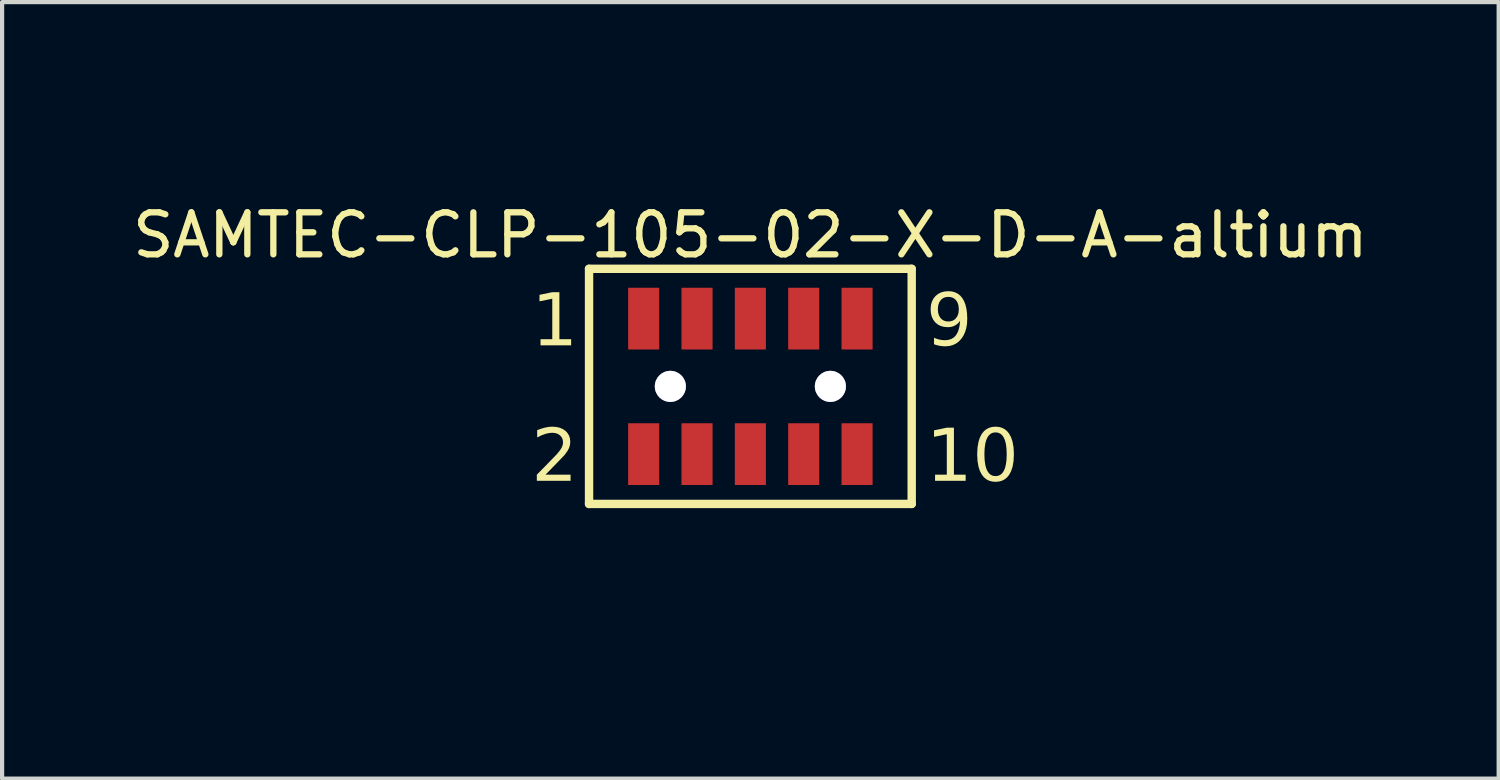
<source format=kicad_pcb>
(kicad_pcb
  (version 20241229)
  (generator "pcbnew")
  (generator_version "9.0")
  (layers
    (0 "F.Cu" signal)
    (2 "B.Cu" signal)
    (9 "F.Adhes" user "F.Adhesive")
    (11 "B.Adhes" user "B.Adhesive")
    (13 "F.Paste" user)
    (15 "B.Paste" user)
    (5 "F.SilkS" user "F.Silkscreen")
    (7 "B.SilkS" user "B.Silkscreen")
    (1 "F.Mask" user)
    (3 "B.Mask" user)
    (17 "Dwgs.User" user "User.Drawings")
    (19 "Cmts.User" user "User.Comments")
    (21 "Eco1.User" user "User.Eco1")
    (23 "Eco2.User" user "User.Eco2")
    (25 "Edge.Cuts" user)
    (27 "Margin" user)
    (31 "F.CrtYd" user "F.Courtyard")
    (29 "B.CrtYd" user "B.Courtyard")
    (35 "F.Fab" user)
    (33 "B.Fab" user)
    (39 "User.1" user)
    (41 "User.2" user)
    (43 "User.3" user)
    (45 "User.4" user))
  (footprint "SAMTEC-CLP-105-02-X-D-A-altium"
    (layer "F.Cu")
    (at 14.815 6.149)
    (property "Reference" "SAMTEC-CLP-105-02-X-D-A-altium" (at 0 -3.599 0) (layer "F.SilkS") (effects (font (size 1 1) (thickness 0.15))))
    (fp_rect (start -2.961 -0.827) (end -2.119 -2.399) (stroke (width 0) (type default)) (fill yes) (layer "F.Mask"))
    (fp_rect (start -2.961 2.399) (end -2.119 0.827) (stroke (width 0) (type default)) (fill yes) (layer "F.Mask"))
    (fp_rect (start -1.691 -0.827) (end -0.849 -2.399) (stroke (width 0) (type default)) (fill yes) (layer "F.Mask"))
    (fp_rect (start -1.691 2.399) (end -0.849 0.827) (stroke (width 0) (type default)) (fill yes) (layer "F.Mask"))
    (fp_rect (start -0.421 -0.827) (end 0.421 -2.399) (stroke (width 0) (type default)) (fill yes) (layer "F.Mask"))
    (fp_rect (start -0.421 2.399) (end 0.421 0.827) (stroke (width 0) (type default)) (fill yes) (layer "F.Mask"))
    (fp_rect (start 0.849 -0.827) (end 1.691 -2.399) (stroke (width 0) (type default)) (fill yes) (layer "F.Mask"))
    (fp_rect (start 0.849 2.399) (end 1.691 0.827) (stroke (width 0) (type default)) (fill yes) (layer "F.Mask"))
    (fp_rect (start 2.119 -0.827) (end 2.961 -2.399) (stroke (width 0) (type default)) (fill yes) (layer "F.Mask"))
    (fp_rect (start 2.119 2.399) (end 2.961 0.827) (stroke (width 0) (type default)) (fill yes) (layer "F.Mask"))
    (fp_circle (center -1.905 0) (end -1.905 -0.421) (stroke (width 0.1) (type solid)) (fill no) (layer "F.Mask"))
    (fp_circle (center 1.905 0) (end 1.905 -0.421) (stroke (width 0.1) (type solid)) (fill no) (layer "F.Mask"))
    (fp_circle (center -1.905 0) (end -1.905 -0.421) (stroke (width 0.1) (type solid)) (fill no) (layer "B.Mask"))
    (fp_circle (center 1.905 0) (end 1.905 -0.421) (stroke (width 0.1) (type solid)) (fill no) (layer "B.Mask"))
    (fp_line (start -3.841 -2.799) (end 3.841 -2.799) (stroke (width 0.2) (type solid)) (layer "F.SilkS"))
    (fp_line (start -3.841 2.799) (end -3.841 -2.799) (stroke (width 0.2) (type solid)) (layer "F.SilkS"))
    (fp_line (start -3.841 2.799) (end 3.841 2.799) (stroke (width 0.2) (type solid)) (layer "F.SilkS"))
    (fp_line (start 3.841 2.799) (end 3.841 -2.799) (stroke (width 0.2) (type solid)) (layer "F.SilkS"))
    (fp_rect (start -2.91 -0.878) (end -2.17 -2.348) (stroke (width 0) (type default)) (fill yes) (layer "F.Paste"))
    (fp_rect (start -2.91 2.348) (end -2.17 0.878) (stroke (width 0) (type default)) (fill yes) (layer "F.Paste"))
    (fp_rect (start -1.64 -0.878) (end -0.9 -2.348) (stroke (width 0) (type default)) (fill yes) (layer "F.Paste"))
    (fp_rect (start -1.64 2.348) (end -0.9 0.878) (stroke (width 0) (type default)) (fill yes) (layer "F.Paste"))
    (fp_rect (start -0.37 -0.878) (end 0.37 -2.348) (stroke (width 0) (type default)) (fill yes) (layer "F.Paste"))
    (fp_rect (start -0.37 2.348) (end 0.37 0.878) (stroke (width 0) (type default)) (fill yes) (layer "F.Paste"))
    (fp_rect (start 0.9 -0.878) (end 1.64 -2.348) (stroke (width 0) (type default)) (fill yes) (layer "F.Paste"))
    (fp_rect (start 0.9 2.348) (end 1.64 0.878) (stroke (width 0) (type default)) (fill yes) (layer "F.Paste"))
    (fp_rect (start 2.17 -0.878) (end 2.91 -2.348) (stroke (width 0) (type default)) (fill yes) (layer "F.Paste"))
    (fp_rect (start 2.17 2.348) (end 2.91 0.878) (stroke (width 0) (type default)) (fill yes) (layer "F.Paste"))
    (fp_line (start -10.353 -1.524) (end -4.067 -1.524) (stroke (width 0.1) (type solid)) (layer "Eco2.User"))
    (fp_line (start -10.353 1.524) (end -4.067 1.524) (stroke (width 0.1) (type solid)) (layer "Eco2.User"))
    (fp_line (start -9.811 -0.889) (end -9.652 -1.524) (stroke (width 0.1) (type solid)) (layer "Eco2.User"))
    (fp_line (start -9.811 -0.889) (end -9.652 -1.016) (stroke (width 0.1) (type solid)) (layer "Eco2.User"))
    (fp_line (start -9.811 0.889) (end -9.731 0.952) (stroke (width 0.1) (type solid)) (layer "Eco2.User"))
    (fp_line (start -9.811 0.889) (end -9.652 1.016) (stroke (width 0.1) (type solid)) (layer "Eco2.User"))
    (fp_line (start -9.811 0.889) (end -9.652 1.524) (stroke (width 0.1) (type solid)) (layer "Eco2.User"))
    (fp_line (start -9.731 -0.952) (end -9.652 -1.524) (stroke (width 0.1) (type solid)) (layer "Eco2.User"))
    (fp_line (start -9.731 -0.952) (end -9.652 -1.016) (stroke (width 0.1) (type solid)) (layer "Eco2.User"))
    (fp_line (start -9.731 0.952) (end -9.652 1.524) (stroke (width 0.1) (type solid)) (layer "Eco2.User"))
    (fp_line (start -9.652 -1.524) (end -9.573 -0.952) (stroke (width 0.1) (type solid)) (layer "Eco2.User"))
    (fp_line (start -9.652 -1.524) (end -9.493 -0.889) (stroke (width 0.1) (type solid)) (layer "Eco2.User"))
    (fp_line (start -9.652 -1.016) (end -9.652 -1.524) (stroke (width 0.1) (type solid)) (layer "Eco2.User"))
    (fp_line (start -9.652 -1.016) (end -9.493 -0.889) (stroke (width 0.1) (type solid)) (layer "Eco2.User"))
    (fp_line (start -9.652 -0.318) (end -9.652 -1.524) (stroke (width 0.1) (type solid)) (layer "Eco2.User"))
    (fp_line (start -9.652 1.016) (end -9.573 0.952) (stroke (width 0.1) (type solid)) (layer "Eco2.User"))
    (fp_line (start -9.652 1.016) (end -9.493 0.889) (stroke (width 0.1) (type solid)) (layer "Eco2.User"))
    (fp_line (start -9.652 1.524) (end -9.652 0.318) (stroke (width 0.1) (type solid)) (layer "Eco2.User"))
    (fp_line (start -9.652 1.524) (end -9.652 1.016) (stroke (width 0.1) (type solid)) (layer "Eco2.User"))
    (fp_line (start -9.652 1.524) (end -9.573 0.952) (stroke (width 0.1) (type solid)) (layer "Eco2.User"))
    (fp_line (start -9.652 1.524) (end -9.493 0.889) (stroke (width 0.1) (type solid)) (layer "Eco2.User"))
    (fp_line (start -9.573 -0.952) (end -9.493 -0.889) (stroke (width 0.1) (type solid)) (layer "Eco2.User"))
    (fp_line (start -8.448 -1.613) (end -3.241 -1.613) (stroke (width 0.1) (type solid)) (layer "Eco2.User"))
    (fp_line (start -8.448 1.613) (end -3.241 1.613) (stroke (width 0.1) (type solid)) (layer "Eco2.User"))
    (fp_line (start -7.906 -0.978) (end -7.747 -1.613) (stroke (width 0.1) (type solid)) (layer "Eco2.User"))
    (fp_line (start -7.906 -0.978) (end -7.747 -1.105) (stroke (width 0.1) (type solid)) (layer "Eco2.User"))
    (fp_line (start -7.906 0.978) (end -7.826 1.041) (stroke (width 0.1) (type solid)) (layer "Eco2.User"))
    (fp_line (start -7.906 0.978) (end -7.747 1.105) (stroke (width 0.1) (type solid)) (layer "Eco2.User"))
    (fp_line (start -7.906 0.978) (end -7.747 1.613) (stroke (width 0.1) (type solid)) (layer "Eco2.User"))
    (fp_line (start -7.826 -1.041) (end -7.747 -1.613) (stroke (width 0.1) (type solid)) (layer "Eco2.User"))
    (fp_line (start -7.826 -1.041) (end -7.747 -1.105) (stroke (width 0.1) (type solid)) (layer "Eco2.User"))
    (fp_line (start -7.826 1.041) (end -7.747 1.613) (stroke (width 0.1) (type solid)) (layer "Eco2.User"))
    (fp_line (start -7.747 -1.613) (end -7.668 -1.041) (stroke (width 0.1) (type solid)) (layer "Eco2.User"))
    (fp_line (start -7.747 -1.613) (end -7.588 -0.978) (stroke (width 0.1) (type solid)) (layer "Eco2.User"))
    (fp_line (start -7.747 -1.105) (end -7.747 -1.613) (stroke (width 0.1) (type solid)) (layer "Eco2.User"))
    (fp_line (start -7.747 -1.105) (end -7.588 -0.978) (stroke (width 0.1) (type solid)) (layer "Eco2.User"))
    (fp_line (start -7.747 -0.318) (end -7.747 -1.613) (stroke (width 0.1) (type solid)) (layer "Eco2.User"))
    (fp_line (start -7.747 1.105) (end -7.668 1.041) (stroke (width 0.1) (type solid)) (layer "Eco2.User"))
    (fp_line (start -7.747 1.105) (end -7.588 0.978) (stroke (width 0.1) (type solid)) (layer "Eco2.User"))
    (fp_line (start -7.747 1.613) (end -7.747 0.318) (stroke (width 0.1) (type solid)) (layer "Eco2.User"))
    (fp_line (start -7.747 1.613) (end -7.747 1.105) (stroke (width 0.1) (type solid)) (layer "Eco2.User"))
    (fp_line (start -7.747 1.613) (end -7.668 1.041) (stroke (width 0.1) (type solid)) (layer "Eco2.User"))
    (fp_line (start -7.747 1.613) (end -7.588 0.978) (stroke (width 0.1) (type solid)) (layer "Eco2.User"))
    (fp_line (start -7.668 -1.041) (end -7.588 -0.978) (stroke (width 0.1) (type solid)) (layer "Eco2.User"))
    (fp_line (start -6.162 -1.613) (end -3.241 -1.613) (stroke (width 0.1) (type solid)) (layer "Eco2.User"))
    (fp_line (start -6.162 0) (end -2.606 0) (stroke (width 0.1) (type solid)) (layer "Eco2.User"))
    (fp_line (start -5.62 -0.978) (end -5.461 -1.613) (stroke (width 0.1) (type solid)) (layer "Eco2.User"))
    (fp_line (start -5.62 -0.978) (end -5.461 -1.105) (stroke (width 0.1) (type solid)) (layer "Eco2.User"))
    (fp_line (start -5.62 -0.635) (end -5.54 -0.572) (stroke (width 0.1) (type solid)) (layer "Eco2.User"))
    (fp_line (start -5.62 -0.635) (end -5.461 -0.508) (stroke (width 0.1) (type solid)) (layer "Eco2.User"))
    (fp_line (start -5.62 -0.635) (end -5.461 0) (stroke (width 0.1) (type solid)) (layer "Eco2.User"))
    (fp_line (start -5.54 -1.041) (end -5.461 -1.613) (stroke (width 0.1) (type solid)) (layer "Eco2.User"))
    (fp_line (start -5.54 -1.041) (end -5.461 -1.105) (stroke (width 0.1) (type solid)) (layer "Eco2.User"))
    (fp_line (start -5.54 -0.572) (end -5.461 0) (stroke (width 0.1) (type solid)) (layer "Eco2.User"))
    (fp_line (start -5.461 -1.613) (end -5.382 -1.041) (stroke (width 0.1) (type solid)) (layer "Eco2.User"))
    (fp_line (start -5.461 -1.613) (end -5.302 -0.978) (stroke (width 0.1) (type solid)) (layer "Eco2.User"))
    (fp_line (start -5.461 -1.105) (end -5.461 -1.613) (stroke (width 0.1) (type solid)) (layer "Eco2.User"))
    (fp_line (start -5.461 -1.105) (end -5.302 -0.978) (stroke (width 0.1) (type solid)) (layer "Eco2.User"))
    (fp_line (start -5.461 -0.508) (end -5.382 -0.572) (stroke (width 0.1) (type solid)) (layer "Eco2.User"))
    (fp_line (start -5.461 -0.508) (end -5.302 -0.635) (stroke (width 0.1) (type solid)) (layer "Eco2.User"))
    (fp_line (start -5.461 0) (end -5.461 -1.613) (stroke (width 0.1) (type solid)) (layer "Eco2.User"))
    (fp_line (start -5.461 0) (end -5.461 -0.508) (stroke (width 0.1) (type solid)) (layer "Eco2.User"))
    (fp_line (start -5.461 0) (end -5.382 -0.572) (stroke (width 0.1) (type solid)) (layer "Eco2.User"))
    (fp_line (start -5.461 0) (end -5.302 -0.635) (stroke (width 0.1) (type solid)) (layer "Eco2.User"))
    (fp_line (start -5.461 2.032) (end -5.461 0) (stroke (width 0.1) (type solid)) (layer "Eco2.User"))
    (fp_line (start -5.382 -1.041) (end -5.302 -0.978) (stroke (width 0.1) (type solid)) (layer "Eco2.User"))
    (fp_line (start -4.864 -5.398) (end -2.54 -5.398) (stroke (width 0.1) (type solid)) (layer "Eco2.User"))
    (fp_line (start -3.658 3.874) (end -2.54 3.874) (stroke (width 0.1) (type solid)) (layer "Eco2.User"))
    (fp_line (start -3.391 -1.524) (end -1.905 -1.524) (stroke (width 0.1) (type solid)) (layer "Eco2.User"))
    (fp_line (start -3.391 1.524) (end -3.391 -1.524) (stroke (width 0.1) (type solid)) (layer "Eco2.User"))
    (fp_line (start -3.391 1.524) (end -1.905 1.524) (stroke (width 0.1) (type solid)) (layer "Eco2.User"))
    (fp_line (start -3.366 5.588) (end -2.858 5.588) (stroke (width 0.1) (type solid)) (layer "Eco2.User"))
    (fp_line (start -3.366 5.588) (end -2.794 5.509) (stroke (width 0.1) (type solid)) (layer "Eco2.User"))
    (fp_line (start -3.366 5.588) (end -2.794 5.667) (stroke (width 0.1) (type solid)) (layer "Eco2.User"))
    (fp_line (start -3.366 5.588) (end -2.73 5.429) (stroke (width 0.1) (type solid)) (layer "Eco2.User"))
    (fp_line (start -3.366 5.588) (end -2.73 5.747) (stroke (width 0.1) (type solid)) (layer "Eco2.User"))
    (fp_line (start -3.366 5.588) (end -0.851 5.588) (stroke (width 0.1) (type solid)) (layer "Eco2.User"))
    (fp_line (start -3.366 6.289) (end -3.366 2.225) (stroke (width 0.1) (type solid)) (layer "Eco2.User"))
    (fp_line (start -3.175 -5.556) (end -3.048 -5.398) (stroke (width 0.1) (type solid)) (layer "Eco2.User"))
    (fp_line (start -3.175 -5.556) (end -2.54 -5.398) (stroke (width 0.1) (type solid)) (layer "Eco2.User"))
    (fp_line (start -3.175 -5.239) (end -3.112 -5.318) (stroke (width 0.1) (type solid)) (layer "Eco2.User"))
    (fp_line (start -3.175 -5.239) (end -3.048 -5.398) (stroke (width 0.1) (type solid)) (layer "Eco2.User"))
    (fp_line (start -3.175 -5.239) (end -2.54 -5.398) (stroke (width 0.1) (type solid)) (layer "Eco2.User"))
    (fp_line (start -3.175 3.715) (end -3.048 3.874) (stroke (width 0.1) (type solid)) (layer "Eco2.User"))
    (fp_line (start -3.175 3.715) (end -2.54 3.874) (stroke (width 0.1) (type solid)) (layer "Eco2.User"))
    (fp_line (start -3.175 4.032) (end -3.112 3.953) (stroke (width 0.1) (type solid)) (layer "Eco2.User"))
    (fp_line (start -3.175 4.032) (end -3.048 3.874) (stroke (width 0.1) (type solid)) (layer "Eco2.User"))
    (fp_line (start -3.175 4.032) (end -2.54 3.874) (stroke (width 0.1) (type solid)) (layer "Eco2.User"))
    (fp_line (start -3.112 -5.477) (end -3.048 -5.398) (stroke (width 0.1) (type solid)) (layer "Eco2.User"))
    (fp_line (start -3.112 -5.477) (end -2.54 -5.398) (stroke (width 0.1) (type solid)) (layer "Eco2.User"))
    (fp_line (start -3.112 -5.318) (end -2.54 -5.398) (stroke (width 0.1) (type solid)) (layer "Eco2.User"))
    (fp_line (start -3.112 3.794) (end -3.048 3.874) (stroke (width 0.1) (type solid)) (layer "Eco2.User"))
    (fp_line (start -3.112 3.794) (end -2.54 3.874) (stroke (width 0.1) (type solid)) (layer "Eco2.User"))
    (fp_line (start -3.112 3.953) (end -2.54 3.874) (stroke (width 0.1) (type solid)) (layer "Eco2.User"))
    (fp_line (start -3.048 -5.398) (end -2.54 -5.398) (stroke (width 0.1) (type solid)) (layer "Eco2.User"))
    (fp_line (start -3.048 3.874) (end -2.54 3.874) (stroke (width 0.1) (type solid)) (layer "Eco2.User"))
    (fp_line (start -2.858 5.588) (end -2.794 5.667) (stroke (width 0.1) (type solid)) (layer "Eco2.User"))
    (fp_line (start -2.858 5.588) (end -2.73 5.429) (stroke (width 0.1) (type solid)) (layer "Eco2.User"))
    (fp_line (start -2.858 5.588) (end -2.73 5.747) (stroke (width 0.1) (type solid)) (layer "Eco2.User"))
    (fp_line (start -2.794 -0.889) (end -2.286 -0.889) (stroke (width 0.1) (type solid)) (layer "Eco2.User"))
    (fp_line (start -2.794 -0.381) (end -2.794 -0.889) (stroke (width 0.1) (type solid)) (layer "Eco2.User"))
    (fp_line (start -2.794 -0.381) (end -2.286 -0.381) (stroke (width 0.1) (type solid)) (layer "Eco2.User"))
    (fp_line (start -2.794 0.381) (end -2.286 0.381) (stroke (width 0.1) (type solid)) (layer "Eco2.User"))
    (fp_line (start -2.794 0.889) (end -2.794 0.381) (stroke (width 0.1) (type solid)) (layer "Eco2.User"))
    (fp_line (start -2.794 0.889) (end -2.286 0.889) (stroke (width 0.1) (type solid)) (layer "Eco2.User"))
    (fp_line (start -2.794 5.509) (end -2.73 5.429) (stroke (width 0.1) (type solid)) (layer "Eco2.User"))
    (fp_line (start -2.743 -2.159) (end -2.337 -2.159) (stroke (width 0.1) (type solid)) (layer "Eco2.User"))
    (fp_line (start -2.743 -1.524) (end -2.743 -2.159) (stroke (width 0.1) (type solid)) (layer "Eco2.User"))
    (fp_line (start -2.743 2.159) (end -2.743 1.524) (stroke (width 0.1) (type solid)) (layer "Eco2.User"))
    (fp_line (start -2.743 2.159) (end -2.337 2.159) (stroke (width 0.1) (type solid)) (layer "Eco2.User"))
    (fp_line (start -2.54 -2.314) (end -2.54 -6.099) (stroke (width 0.1) (type solid)) (layer "Eco2.User"))
    (fp_line (start -2.54 4.575) (end -2.54 2.314) (stroke (width 0.1) (type solid)) (layer "Eco2.User"))
    (fp_line (start -2.54 4.89) (end -2.032 4.89) (stroke (width 0.1) (type solid)) (layer "Eco2.User"))
    (fp_line (start -2.54 4.89) (end -1.968 4.81) (stroke (width 0.1) (type solid)) (layer "Eco2.User"))
    (fp_line (start -2.54 4.89) (end -1.968 4.969) (stroke (width 0.1) (type solid)) (layer "Eco2.User"))
    (fp_line (start -2.54 4.89) (end -1.905 4.731) (stroke (width 0.1) (type solid)) (layer "Eco2.User"))
    (fp_line (start -2.54 4.89) (end -1.905 5.048) (stroke (width 0.1) (type solid)) (layer "Eco2.User"))
    (fp_line (start -2.54 4.89) (end -0.851 4.89) (stroke (width 0.1) (type solid)) (layer "Eco2.User"))
    (fp_line (start -2.54 5.591) (end -2.54 2.314) (stroke (width 0.1) (type solid)) (layer "Eco2.User"))
    (fp_line (start -2.337 -1.524) (end -2.337 -2.159) (stroke (width 0.1) (type solid)) (layer "Eco2.User"))
    (fp_line (start -2.337 2.159) (end -2.337 1.524) (stroke (width 0.1) (type solid)) (layer "Eco2.User"))
    (fp_line (start -2.286 -0.381) (end -2.286 -0.889) (stroke (width 0.1) (type solid)) (layer "Eco2.User"))
    (fp_line (start -2.286 0.889) (end -2.286 0.381) (stroke (width 0.1) (type solid)) (layer "Eco2.User"))
    (fp_line (start -2.032 4.89) (end -1.968 4.969) (stroke (width 0.1) (type solid)) (layer "Eco2.User"))
    (fp_line (start -2.032 4.89) (end -1.905 4.731) (stroke (width 0.1) (type solid)) (layer "Eco2.User"))
    (fp_line (start -2.032 4.89) (end -1.905 5.048) (stroke (width 0.1) (type solid)) (layer "Eco2.User"))
    (fp_line (start -1.968 4.81) (end -1.905 4.731) (stroke (width 0.1) (type solid)) (layer "Eco2.User"))
    (fp_line (start -1.905 -5.398) (end -1.397 -5.398) (stroke (width 0.1) (type solid)) (layer "Eco2.User"))
    (fp_line (start -1.905 -5.398) (end -1.334 -5.477) (stroke (width 0.1) (type solid)) (layer "Eco2.User"))
    (fp_line (start -1.905 -5.398) (end -1.334 -5.318) (stroke (width 0.1) (type solid)) (layer "Eco2.User"))
    (fp_line (start -1.905 -5.398) (end -1.27 -5.556) (stroke (width 0.1) (type solid)) (layer "Eco2.User"))
    (fp_line (start -1.905 -5.398) (end -1.27 -5.239) (stroke (width 0.1) (type solid)) (layer "Eco2.User"))
    (fp_line (start -1.905 -5.398) (end -0.635 -5.398) (stroke (width 0.1) (type solid)) (layer "Eco2.User"))
    (fp_line (start -1.905 -1.524) (end -0.635 -1.524) (stroke (width 0.1) (type solid)) (layer "Eco2.User"))
    (fp_line (start -1.905 -0.701) (end -1.905 -6.099) (stroke (width 0.1) (type solid)) (layer "Eco2.User"))
    (fp_line (start -1.905 1.524) (end -0.635 1.524) (stroke (width 0.1) (type solid)) (layer "Eco2.User"))
    (fp_line (start -1.905 4.382) (end -1.397 4.382) (stroke (width 0.1) (type solid)) (layer "Eco2.User"))
    (fp_line (start -1.905 4.382) (end -1.334 4.302) (stroke (width 0.1) (type solid)) (layer "Eco2.User"))
    (fp_line (start -1.905 4.382) (end -1.334 4.461) (stroke (width 0.1) (type solid)) (layer "Eco2.User"))
    (fp_line (start -1.905 4.382) (end -1.27 4.223) (stroke (width 0.1) (type solid)) (layer "Eco2.User"))
    (fp_line (start -1.905 4.382) (end -1.27 4.54) (stroke (width 0.1) (type solid)) (layer "Eco2.User"))
    (fp_line (start -1.905 4.382) (end -0.851 4.382) (stroke (width 0.1) (type solid)) (layer "Eco2.User"))
    (fp_line (start -1.905 5.083) (end -1.905 0.701) (stroke (width 0.1) (type solid)) (layer "Eco2.User"))
    (fp_line (start -1.524 -0.889) (end -1.016 -0.889) (stroke (width 0.1) (type solid)) (layer "Eco2.User"))
    (fp_line (start -1.524 -0.381) (end -1.524 -0.889) (stroke (width 0.1) (type solid)) (layer "Eco2.User"))
    (fp_line (start -1.524 -0.381) (end -1.016 -0.381) (stroke (width 0.1) (type solid)) (layer "Eco2.User"))
    (fp_line (start -1.524 0.381) (end -1.016 0.381) (stroke (width 0.1) (type solid)) (layer "Eco2.User"))
    (fp_line (start -1.524 0.889) (end -1.524 0.381) (stroke (width 0.1) (type solid)) (layer "Eco2.User"))
    (fp_line (start -1.524 0.889) (end -1.016 0.889) (stroke (width 0.1) (type solid)) (layer "Eco2.User"))
    (fp_line (start -1.473 -2.159) (end -1.067 -2.159) (stroke (width 0.1) (type solid)) (layer "Eco2.User"))
    (fp_line (start -1.473 -1.524) (end -1.473 -2.159) (stroke (width 0.1) (type solid)) (layer "Eco2.User"))
    (fp_line (start -1.473 2.159) (end -1.473 1.524) (stroke (width 0.1) (type solid)) (layer "Eco2.User"))
    (fp_line (start -1.473 2.159) (end -1.067 2.159) (stroke (width 0.1) (type solid)) (layer "Eco2.User"))
    (fp_line (start -1.397 -5.398) (end -1.334 -5.318) (stroke (width 0.1) (type solid)) (layer "Eco2.User"))
    (fp_line (start -1.397 -5.398) (end -1.27 -5.556) (stroke (width 0.1) (type solid)) (layer "Eco2.User"))
    (fp_line (start -1.397 -5.398) (end -1.27 -5.239) (stroke (width 0.1) (type solid)) (layer "Eco2.User"))
    (fp_line (start -1.397 4.382) (end -1.334 4.461) (stroke (width 0.1) (type solid)) (layer "Eco2.User"))
    (fp_line (start -1.397 4.382) (end -1.27 4.223) (stroke (width 0.1) (type solid)) (layer "Eco2.User"))
    (fp_line (start -1.397 4.382) (end -1.27 4.54) (stroke (width 0.1) (type solid)) (layer "Eco2.User"))
    (fp_line (start -1.334 -5.477) (end -1.27 -5.556) (stroke (width 0.1) (type solid)) (layer "Eco2.User"))
    (fp_line (start -1.334 4.302) (end -1.27 4.223) (stroke (width 0.1) (type solid)) (layer "Eco2.User"))
    (fp_line (start -1.27 3.874) (end -0.762 3.874) (stroke (width 0.1) (type solid)) (layer "Eco2.User"))
    (fp_line (start -1.27 3.874) (end -0.698 3.794) (stroke (width 0.1) (type solid)) (layer "Eco2.User"))
    (fp_line (start -1.27 3.874) (end -0.698 3.953) (stroke (width 0.1) (type solid)) (layer "Eco2.User"))
    (fp_line (start -1.27 3.874) (end -0.635 3.715) (stroke (width 0.1) (type solid)) (layer "Eco2.User"))
    (fp_line (start -1.27 3.874) (end -0.635 4.032) (stroke (width 0.1) (type solid)) (layer "Eco2.User"))
    (fp_line (start -1.27 3.874) (end 0 3.874) (stroke (width 0.1) (type solid)) (layer "Eco2.User"))
    (fp_line (start -1.27 4.575) (end -1.27 2.314) (stroke (width 0.1) (type solid)) (layer "Eco2.User"))
    (fp_line (start -1.067 -1.524) (end -1.067 -2.159) (stroke (width 0.1) (type solid)) (layer "Eco2.User"))
    (fp_line (start -1.067 2.159) (end -1.067 1.524) (stroke (width 0.1) (type solid)) (layer "Eco2.User"))
    (fp_line (start -1.016 -0.381) (end -1.016 -0.889) (stroke (width 0.1) (type solid)) (layer "Eco2.User"))
    (fp_line (start -1.016 0.889) (end -1.016 0.381) (stroke (width 0.1) (type solid)) (layer "Eco2.User"))
    (fp_line (start -0.762 3.874) (end -0.698 3.953) (stroke (width 0.1) (type solid)) (layer "Eco2.User"))
    (fp_line (start -0.762 3.874) (end -0.635 3.715) (stroke (width 0.1) (type solid)) (layer "Eco2.User"))
    (fp_line (start -0.762 3.874) (end -0.635 4.032) (stroke (width 0.1) (type solid)) (layer "Eco2.User"))
    (fp_line (start -0.698 3.794) (end -0.635 3.715) (stroke (width 0.1) (type solid)) (layer "Eco2.User"))
    (fp_line (start -0.635 -1.524) (end 0.635 -1.524) (stroke (width 0.1) (type solid)) (layer "Eco2.User"))
    (fp_line (start -0.635 1.524) (end 0.635 1.524) (stroke (width 0.1) (type solid)) (layer "Eco2.User"))
    (fp_line (start -0.254 -0.889) (end 0.254 -0.889) (stroke (width 0.1) (type solid)) (layer "Eco2.User"))
    (fp_line (start -0.254 -0.381) (end -0.254 -0.889) (stroke (width 0.1) (type solid)) (layer "Eco2.User"))
    (fp_line (start -0.254 -0.381) (end 0.254 -0.381) (stroke (width 0.1) (type solid)) (layer "Eco2.User"))
    (fp_line (start -0.254 0.381) (end 0.254 0.381) (stroke (width 0.1) (type solid)) (layer "Eco2.User"))
    (fp_line (start -0.254 0.889) (end -0.254 0.381) (stroke (width 0.1) (type solid)) (layer "Eco2.User"))
    (fp_line (start -0.254 0.889) (end 0.254 0.889) (stroke (width 0.1) (type solid)) (layer "Eco2.User"))
    (fp_line (start -0.203 -2.159) (end 0.203 -2.159) (stroke (width 0.1) (type solid)) (layer "Eco2.User"))
    (fp_line (start -0.203 -1.524) (end -0.203 -2.159) (stroke (width 0.1) (type solid)) (layer "Eco2.User"))
    (fp_line (start -0.203 2.159) (end -0.203 1.524) (stroke (width 0.1) (type solid)) (layer "Eco2.User"))
    (fp_line (start -0.203 2.159) (end 0.203 2.159) (stroke (width 0.1) (type solid)) (layer "Eco2.User"))
    (fp_line (start 0.203 -1.524) (end 0.203 -2.159) (stroke (width 0.1) (type solid)) (layer "Eco2.User"))
    (fp_line (start 0.203 2.159) (end 0.203 1.524) (stroke (width 0.1) (type solid)) (layer "Eco2.User"))
    (fp_line (start 0.254 -0.381) (end 0.254 -0.889) (stroke (width 0.1) (type solid)) (layer "Eco2.User"))
    (fp_line (start 0.254 0.889) (end 0.254 0.381) (stroke (width 0.1) (type solid)) (layer "Eco2.User"))
    (fp_line (start 0.635 -1.524) (end 1.905 -1.524) (stroke (width 0.1) (type solid)) (layer "Eco2.User"))
    (fp_line (start 0.635 1.524) (end 1.905 1.524) (stroke (width 0.1) (type solid)) (layer "Eco2.User"))
    (fp_line (start 0.851 4.382) (end 1.905 4.382) (stroke (width 0.1) (type solid)) (layer "Eco2.User"))
    (fp_line (start 0.851 4.89) (end 2.54 4.89) (stroke (width 0.1) (type solid)) (layer "Eco2.User"))
    (fp_line (start 0.851 5.588) (end 3.366 5.588) (stroke (width 0.1) (type solid)) (layer "Eco2.User"))
    (fp_line (start 1.016 -0.889) (end 1.524 -0.889) (stroke (width 0.1) (type solid)) (layer "Eco2.User"))
    (fp_line (start 1.016 -0.381) (end 1.016 -0.889) (stroke (width 0.1) (type solid)) (layer "Eco2.User"))
    (fp_line (start 1.016 -0.381) (end 1.524 -0.381) (stroke (width 0.1) (type solid)) (layer "Eco2.User"))
    (fp_line (start 1.016 0.381) (end 1.524 0.381) (stroke (width 0.1) (type solid)) (layer "Eco2.User"))
    (fp_line (start 1.016 0.889) (end 1.016 0.381) (stroke (width 0.1) (type solid)) (layer "Eco2.User"))
    (fp_line (start 1.016 0.889) (end 1.524 0.889) (stroke (width 0.1) (type solid)) (layer "Eco2.User"))
    (fp_line (start 1.067 -2.159) (end 1.473 -2.159) (stroke (width 0.1) (type solid)) (layer "Eco2.User"))
    (fp_line (start 1.067 -1.524) (end 1.067 -2.159) (stroke (width 0.1) (type solid)) (layer "Eco2.User"))
    (fp_line (start 1.067 2.159) (end 1.067 1.524) (stroke (width 0.1) (type solid)) (layer "Eco2.User"))
    (fp_line (start 1.067 2.159) (end 1.473 2.159) (stroke (width 0.1) (type solid)) (layer "Eco2.User"))
    (fp_line (start 1.27 4.223) (end 1.397 4.382) (stroke (width 0.1) (type solid)) (layer "Eco2.User"))
    (fp_line (start 1.27 4.223) (end 1.905 4.382) (stroke (width 0.1) (type solid)) (layer "Eco2.User"))
    (fp_line (start 1.27 4.54) (end 1.334 4.461) (stroke (width 0.1) (type solid)) (layer "Eco2.User"))
    (fp_line (start 1.27 4.54) (end 1.397 4.382) (stroke (width 0.1) (type solid)) (layer "Eco2.User"))
    (fp_line (start 1.27 4.54) (end 1.905 4.382) (stroke (width 0.1) (type solid)) (layer "Eco2.User"))
    (fp_line (start 1.334 4.302) (end 1.397 4.382) (stroke (width 0.1) (type solid)) (layer "Eco2.User"))
    (fp_line (start 1.334 4.302) (end 1.905 4.382) (stroke (width 0.1) (type solid)) (layer "Eco2.User"))
    (fp_line (start 1.334 4.461) (end 1.905 4.382) (stroke (width 0.1) (type solid)) (layer "Eco2.User"))
    (fp_line (start 1.397 4.382) (end 1.905 4.382) (stroke (width 0.1) (type solid)) (layer "Eco2.User"))
    (fp_line (start 1.473 -1.524) (end 1.473 -2.159) (stroke (width 0.1) (type solid)) (layer "Eco2.User"))
    (fp_line (start 1.473 2.159) (end 1.473 1.524) (stroke (width 0.1) (type solid)) (layer "Eco2.User"))
    (fp_line (start 1.524 -0.381) (end 1.524 -0.889) (stroke (width 0.1) (type solid)) (layer "Eco2.User"))
    (fp_line (start 1.524 0.889) (end 1.524 0.381) (stroke (width 0.1) (type solid)) (layer "Eco2.User"))
    (fp_line (start 1.905 -1.524) (end 3.391 -1.524) (stroke (width 0.1) (type solid)) (layer "Eco2.User"))
    (fp_line (start 1.905 1.524) (end 3.391 1.524) (stroke (width 0.1) (type solid)) (layer "Eco2.User"))
    (fp_line (start 1.905 4.731) (end 2.032 4.89) (stroke (width 0.1) (type solid)) (layer "Eco2.User"))
    (fp_line (start 1.905 4.731) (end 2.54 4.89) (stroke (width 0.1) (type solid)) (layer "Eco2.User"))
    (fp_line (start 1.905 5.048) (end 1.968 4.969) (stroke (width 0.1) (type solid)) (layer "Eco2.User"))
    (fp_line (start 1.905 5.048) (end 2.032 4.89) (stroke (width 0.1) (type solid)) (layer "Eco2.User"))
    (fp_line (start 1.905 5.048) (end 2.54 4.89) (stroke (width 0.1) (type solid)) (layer "Eco2.User"))
    (fp_line (start 1.905 5.083) (end 1.905 0.701) (stroke (width 0.1) (type solid)) (layer "Eco2.User"))
    (fp_line (start 1.968 4.81) (end 2.032 4.89) (stroke (width 0.1) (type solid)) (layer "Eco2.User"))
    (fp_line (start 1.968 4.81) (end 2.54 4.89) (stroke (width 0.1) (type solid)) (layer "Eco2.User"))
    (fp_line (start 1.968 4.969) (end 2.54 4.89) (stroke (width 0.1) (type solid)) (layer "Eco2.User"))
    (fp_line (start 2.032 4.89) (end 2.54 4.89) (stroke (width 0.1) (type solid)) (layer "Eco2.User"))
    (fp_line (start 2.286 -0.889) (end 2.794 -0.889) (stroke (width 0.1) (type solid)) (layer "Eco2.User"))
    (fp_line (start 2.286 -0.381) (end 2.286 -0.889) (stroke (width 0.1) (type solid)) (layer "Eco2.User"))
    (fp_line (start 2.286 -0.381) (end 2.794 -0.381) (stroke (width 0.1) (type solid)) (layer "Eco2.User"))
    (fp_line (start 2.286 0.381) (end 2.794 0.381) (stroke (width 0.1) (type solid)) (layer "Eco2.User"))
    (fp_line (start 2.286 0.889) (end 2.286 0.381) (stroke (width 0.1) (type solid)) (layer "Eco2.User"))
    (fp_line (start 2.286 0.889) (end 2.794 0.889) (stroke (width 0.1) (type solid)) (layer "Eco2.User"))
    (fp_line (start 2.337 -2.159) (end 2.743 -2.159) (stroke (width 0.1) (type solid)) (layer "Eco2.User"))
    (fp_line (start 2.337 -1.524) (end 2.337 -2.159) (stroke (width 0.1) (type solid)) (layer "Eco2.User"))
    (fp_line (start 2.337 2.159) (end 2.337 1.524) (stroke (width 0.1) (type solid)) (layer "Eco2.User"))
    (fp_line (start 2.337 2.159) (end 2.743 2.159) (stroke (width 0.1) (type solid)) (layer "Eco2.User"))
    (fp_line (start 2.54 5.591) (end 2.54 2.314) (stroke (width 0.1) (type solid)) (layer "Eco2.User"))
    (fp_line (start 2.73 5.429) (end 2.858 5.588) (stroke (width 0.1) (type solid)) (layer "Eco2.User"))
    (fp_line (start 2.73 5.429) (end 3.366 5.588) (stroke (width 0.1) (type solid)) (layer "Eco2.User"))
    (fp_line (start 2.73 5.747) (end 2.794 5.667) (stroke (width 0.1) (type solid)) (layer "Eco2.User"))
    (fp_line (start 2.73 5.747) (end 2.858 5.588) (stroke (width 0.1) (type solid)) (layer "Eco2.User"))
    (fp_line (start 2.73 5.747) (end 3.366 5.588) (stroke (width 0.1) (type solid)) (layer "Eco2.User"))
    (fp_line (start 2.743 -1.524) (end 2.743 -2.159) (stroke (width 0.1) (type solid)) (layer "Eco2.User"))
    (fp_line (start 2.743 2.159) (end 2.743 1.524) (stroke (width 0.1) (type solid)) (layer "Eco2.User"))
    (fp_line (start 2.794 -0.381) (end 2.794 -0.889) (stroke (width 0.1) (type solid)) (layer "Eco2.User"))
    (fp_line (start 2.794 0.889) (end 2.794 0.381) (stroke (width 0.1) (type solid)) (layer "Eco2.User"))
    (fp_line (start 2.794 5.509) (end 2.858 5.588) (stroke (width 0.1) (type solid)) (layer "Eco2.User"))
    (fp_line (start 2.794 5.509) (end 3.366 5.588) (stroke (width 0.1) (type solid)) (layer "Eco2.User"))
    (fp_line (start 2.794 5.667) (end 3.366 5.588) (stroke (width 0.1) (type solid)) (layer "Eco2.User"))
    (fp_line (start 2.858 5.588) (end 3.366 5.588) (stroke (width 0.1) (type solid)) (layer "Eco2.User"))
    (fp_line (start 3.366 6.289) (end 3.366 2.225) (stroke (width 0.1) (type solid)) (layer "Eco2.User"))
    (fp_line (start 3.391 1.524) (end 3.391 -1.524) (stroke (width 0.1) (type solid)) (layer "Eco2.User"))
    (fp_circle (center -1.905 0) (end -1.905 -0.37) (stroke (width 0.1) (type solid)) (fill no) (layer "Eco2.User"))
    (fp_circle (center -1.905 0) (end -1.905 -0.37) (stroke (width 0.1) (type solid)) (fill no) (layer "Eco2.User"))
    (fp_circle (center 1.905 0) (end 1.905 -0.37) (stroke (width 0.1) (type solid)) (fill no) (layer "Eco2.User"))
    (fp_circle (center 1.905 0) (end 1.905 -0.37) (stroke (width 0.1) (type solid)) (fill no) (layer "Eco2.User"))
    (fp_text user "1" (at -5.211 -0.767 0) (unlocked yes) (layer "F.SilkS") (effects (font (face "Arial") (size 1.24 1.24) (thickness 0.254)) (justify left bottom)))
    (fp_text user "2" (at -5.211 2.459 0) (unlocked yes) (layer "F.SilkS") (effects (font (face "Arial") (size 1.24 1.24) (thickness 0.254)) (justify left bottom)))
    (fp_text user "9" (at 4.182 -0.767 0) (unlocked yes) (layer "F.SilkS") (effects (font (face "Arial") (size 1.24 1.24) (thickness 0.254)) (justify left bottom)))
    (fp_text user "10" (at 4.182 2.459 0) (unlocked yes) (layer "F.SilkS") (effects (font (face "Arial") (size 1.24 1.24) (thickness 0.254)) (justify left bottom)))
    (fp_text user "10" (at 4.182 2.459 0) (unlocked yes) (layer "Eco2.User") (effects (font (face "Arial") (size 1.24 1.24) (thickness 0.254)) (justify left bottom)))
    (fp_text user "0.635" (at -6.375 -5.228 0) (unlocked yes) (layer "Eco2.User") (effects (font (face "Arial") (size 0.248 0.248) (thickness 0.254)) (justify left bottom)))
    (fp_text user "2" (at -5.211 2.459 0) (unlocked yes) (layer "Eco2.User") (effects (font (face "Arial") (size 1.24 1.24) (thickness 0.254)) (justify left bottom)))
    (fp_text user "9" (at 4.182 -0.767 0) (unlocked yes) (layer "Eco2.User") (effects (font (face "Arial") (size 1.24 1.24) (thickness 0.254)) (justify left bottom)))
    (fp_text user "6.731" (at -0.66 5.757 0) (unlocked yes) (layer "Eco2.User") (effects (font (face "Arial") (size 0.248 0.248) (thickness 0.254)) (justify left bottom)))
    (fp_text user "1" (at -5.211 -0.767 0) (unlocked yes) (layer "Eco2.User") (effects (font (face "Arial") (size 1.24 1.24) (thickness 0.254)) (justify left bottom)))
    (fp_text user "3.226" (at -8.407 0.169 0) (unlocked yes) (layer "Eco2.User") (effects (font (face "Arial") (size 0.248 0.248) (thickness 0.254)) (justify left bottom)))
    (fp_text user "5.080" (at -0.66 5.058 0) (unlocked yes) (layer "Eco2.User") (effects (font (face "Arial") (size 0.248 0.248) (thickness 0.254)) (justify left bottom)))
    (fp_text user "1.270" (at -5.169 4.042 0) (unlocked yes) (layer "Eco2.User") (effects (font (face "Arial") (size 0.248 0.248) (thickness 0.254)) (justify left bottom)))
    (fp_text user "3.810" (at -0.66 4.55 0) (unlocked yes) (layer "Eco2.User") (effects (font (face "Arial") (size 0.248 0.248) (thickness 0.254)) (justify left bottom)))
    (fp_text user "1.613" (at -6.121 2.518 0) (unlocked yes) (layer "Eco2.User") (effects (font (face "Arial") (size 0.248 0.248) (thickness 0.254)) (justify left bottom)))
    (fp_text user "3.048" (at -10.312 0.169 0) (unlocked yes) (layer "Eco2.User") (effects (font (face "Arial") (size 0.248 0.248) (thickness 0.254)) (justify left bottom)))
    (pad "1" smd rect (at -2.54 -1.613) (size 0.74 1.47) (layers "F.Cu" "F.Mask" "F.Paste"))
    (pad "2" smd rect (at -2.54 1.613) (size 0.74 1.47) (layers "F.Cu" "F.Mask" "F.Paste"))
    (pad "3" smd rect (at -1.27 -1.613) (size 0.74 1.47) (layers "F.Cu" "F.Mask" "F.Paste"))
    (pad "4" smd rect (at -1.27 1.613) (size 0.74 1.47) (layers "F.Cu" "F.Mask" "F.Paste"))
    (pad "5" smd rect (at 0 -1.613) (size 0.74 1.47) (layers "F.Cu" "F.Mask" "F.Paste"))
    (pad "6" smd rect (at 0 1.613) (size 0.74 1.47) (layers "F.Cu" "F.Mask" "F.Paste"))
    (pad "7" smd rect (at 1.27 -1.613) (size 0.74 1.47) (layers "F.Cu" "F.Mask" "F.Paste"))
    (pad "8" smd rect (at 1.27 1.613) (size 0.74 1.47) (layers "F.Cu" "F.Mask" "F.Paste"))
    (pad "9" smd rect (at 2.54 -1.613) (size 0.74 1.47) (layers "F.Cu" "F.Mask" "F.Paste"))
    (pad "10" smd rect (at 2.54 1.613) (size 0.74 1.47) (layers "F.Cu" "F.Mask" "F.Paste"))
    (pad "MH1" thru_hole circle (at -1.905 0) (size 0.74 0.74) (drill 0.74) (layers "*.Cu" "*.Mask"))
    (pad "MH2" thru_hole circle (at 1.905 0) (size 0.74 0.74) (drill 0.74) (layers "*.Cu" "*.Mask")))
  (gr_rect
    (start -3 -3)
    (end 32.631 15.488)
    (stroke (width 0.1) (type default))
    (fill no)
    (layer "Edge.Cuts")))
</source>
